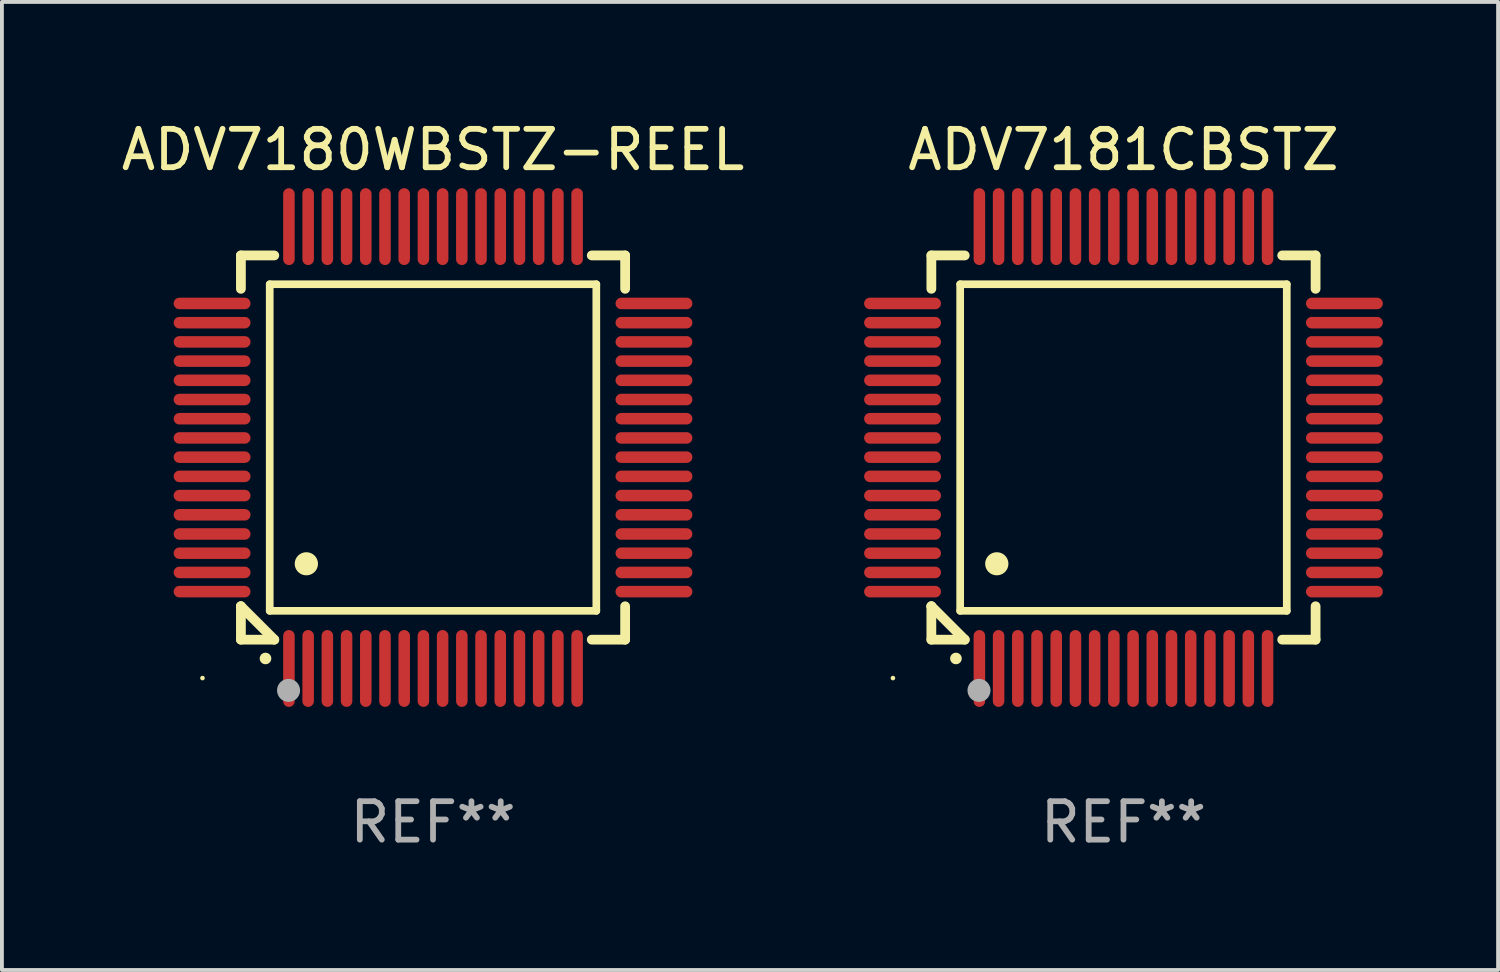
<source format=kicad_pcb>
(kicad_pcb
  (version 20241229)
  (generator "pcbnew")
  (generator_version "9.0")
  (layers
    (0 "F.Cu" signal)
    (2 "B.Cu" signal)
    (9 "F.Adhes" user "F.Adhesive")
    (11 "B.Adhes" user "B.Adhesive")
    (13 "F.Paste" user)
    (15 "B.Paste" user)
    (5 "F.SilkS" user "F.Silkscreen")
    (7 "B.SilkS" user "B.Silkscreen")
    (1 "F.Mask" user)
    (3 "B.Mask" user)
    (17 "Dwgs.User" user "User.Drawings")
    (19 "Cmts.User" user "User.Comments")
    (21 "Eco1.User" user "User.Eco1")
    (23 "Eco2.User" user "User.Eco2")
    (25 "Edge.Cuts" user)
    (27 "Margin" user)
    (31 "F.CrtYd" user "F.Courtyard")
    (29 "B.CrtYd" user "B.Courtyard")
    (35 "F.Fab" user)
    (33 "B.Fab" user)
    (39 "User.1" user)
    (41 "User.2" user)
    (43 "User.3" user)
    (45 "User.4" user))
  (footprint "ADV7180WBSTZ-REEL"
    (layer "F.Cu")
    (at 8.22 8.598)
    (property "Reference" "ADV7180WBSTZ-REEL" (at 0 -7.75 0) (layer "F.SilkS") (effects (font (size 1 1) (thickness 0.15))))
    (attr through_hole)
    (fp_line (start -5 -5) (end -4.131 -5) (stroke (width 0.254) (type solid)) (layer "F.SilkS"))
    (fp_line (start -5 -4.131) (end -5 -5) (stroke (width 0.254) (type solid)) (layer "F.SilkS"))
    (fp_line (start -5 4.131) (end -5 4.131) (stroke (width 0.254) (type solid)) (layer "F.SilkS"))
    (fp_line (start -5 5) (end -5 4.131) (stroke (width 0.254) (type solid)) (layer "F.SilkS"))
    (fp_line (start -5 4.131) (end -4.131 5) (stroke (width 0.254) (type solid)) (layer "F.SilkS"))
    (fp_line (start -4.25 -4.25) (end -4.25 4.25) (stroke (width 0.2) (type solid)) (layer "F.SilkS"))
    (fp_line (start -4.25 4.25) (end 4.25 4.25) (stroke (width 0.2) (type solid)) (layer "F.SilkS"))
    (fp_line (start -4.131 5) (end -5 5) (stroke (width 0.254) (type solid)) (layer "F.SilkS"))
    (fp_line (start 4.25 -4.25) (end -4.25 -4.25) (stroke (width 0.2) (type solid)) (layer "F.SilkS"))
    (fp_line (start 4.25 4.25) (end 4.25 -4.25) (stroke (width 0.2) (type solid)) (layer "F.SilkS"))
    (fp_line (start 5 -5) (end 4.131 -5) (stroke (width 0.254) (type solid)) (layer "F.SilkS"))
    (fp_line (start 5 -5) (end 5 -4.131) (stroke (width 0.254) (type solid)) (layer "F.SilkS"))
    (fp_line (start 5 4.131) (end 5 5) (stroke (width 0.254) (type solid)) (layer "F.SilkS"))
    (fp_line (start 5 5) (end 4.131 5) (stroke (width 0.254) (type solid)) (layer "F.SilkS"))
    (fp_arc (start -4.361265 5.489992) (mid -4.359995 5.489987) (end -4.358725 5.489992) (stroke (width 0.3) (type solid)) (layer "F.SilkS"))
    (fp_arc (start -3.299467 3.025146) (mid -3.296927 3.025135) (end -3.294387 3.025146) (stroke (width 0.6) (type solid)) (layer "F.SilkS"))
    (fp_circle (center -6 6) (end -5.97 6) (stroke (width 0.06) (type solid)) (fill no) (layer "F.SilkS"))
    (fp_circle (center -3.76 6.32) (end -3.61 6.32) (stroke (width 0.3) (type solid)) (fill no) (layer "F.Fab"))
    (fp_text user "REF**" (at 0 9.75 0) (layer "F.Fab") (effects (font (size 1 1) (thickness 0.15))))
    (pad "1" smd oval (at -3.75 5.75) (size 0.3 2) (layers "F.Cu" "F.Mask" "F.Paste"))
    (pad "2" smd oval (at -3.25 5.75) (size 0.3 2) (layers "F.Cu" "F.Mask" "F.Paste"))
    (pad "3" smd oval (at -2.75 5.75) (size 0.3 2) (layers "F.Cu" "F.Mask" "F.Paste"))
    (pad "4" smd oval (at -2.25 5.75) (size 0.3 2) (layers "F.Cu" "F.Mask" "F.Paste"))
    (pad "5" smd oval (at -1.75 5.75) (size 0.3 2) (layers "F.Cu" "F.Mask" "F.Paste"))
    (pad "6" smd oval (at -1.25 5.75) (size 0.3 2) (layers "F.Cu" "F.Mask" "F.Paste"))
    (pad "7" smd oval (at -0.75 5.75) (size 0.3 2) (layers "F.Cu" "F.Mask" "F.Paste"))
    (pad "8" smd oval (at -0.25 5.75) (size 0.3 2) (layers "F.Cu" "F.Mask" "F.Paste"))
    (pad "9" smd oval (at 0.25 5.75) (size 0.3 2) (layers "F.Cu" "F.Mask" "F.Paste"))
    (pad "10" smd oval (at 0.75 5.75) (size 0.3 2) (layers "F.Cu" "F.Mask" "F.Paste"))
    (pad "11" smd oval (at 1.25 5.75) (size 0.3 2) (layers "F.Cu" "F.Mask" "F.Paste"))
    (pad "12" smd oval (at 1.75 5.75) (size 0.3 2) (layers "F.Cu" "F.Mask" "F.Paste"))
    (pad "13" smd oval (at 2.25 5.75) (size 0.3 2) (layers "F.Cu" "F.Mask" "F.Paste"))
    (pad "14" smd oval (at 2.75 5.75) (size 0.3 2) (layers "F.Cu" "F.Mask" "F.Paste"))
    (pad "15" smd oval (at 3.25 5.75) (size 0.3 2) (layers "F.Cu" "F.Mask" "F.Paste"))
    (pad "16" smd oval (at 3.75 5.75) (size 0.3 2) (layers "F.Cu" "F.Mask" "F.Paste"))
    (pad "17" smd oval (at 5.75 3.75) (size 2 0.3) (layers "F.Cu" "F.Mask" "F.Paste"))
    (pad "18" smd oval (at 5.75 3.25) (size 2 0.3) (layers "F.Cu" "F.Mask" "F.Paste"))
    (pad "19" smd oval (at 5.75 2.75) (size 2 0.3) (layers "F.Cu" "F.Mask" "F.Paste"))
    (pad "20" smd oval (at 5.75 2.25) (size 2 0.3) (layers "F.Cu" "F.Mask" "F.Paste"))
    (pad "21" smd oval (at 5.75 1.75) (size 2 0.3) (layers "F.Cu" "F.Mask" "F.Paste"))
    (pad "22" smd oval (at 5.75 1.25) (size 2 0.3) (layers "F.Cu" "F.Mask" "F.Paste"))
    (pad "23" smd oval (at 5.75 0.75) (size 2 0.3) (layers "F.Cu" "F.Mask" "F.Paste"))
    (pad "24" smd oval (at 5.75 0.25) (size 2 0.3) (layers "F.Cu" "F.Mask" "F.Paste"))
    (pad "25" smd oval (at 5.75 -0.25) (size 2 0.3) (layers "F.Cu" "F.Mask" "F.Paste"))
    (pad "26" smd oval (at 5.75 -0.75) (size 2 0.3) (layers "F.Cu" "F.Mask" "F.Paste"))
    (pad "27" smd oval (at 5.75 -1.25) (size 2 0.3) (layers "F.Cu" "F.Mask" "F.Paste"))
    (pad "28" smd oval (at 5.75 -1.75) (size 2 0.3) (layers "F.Cu" "F.Mask" "F.Paste"))
    (pad "29" smd oval (at 5.75 -2.25) (size 2 0.3) (layers "F.Cu" "F.Mask" "F.Paste"))
    (pad "30" smd oval (at 5.75 -2.75) (size 2 0.3) (layers "F.Cu" "F.Mask" "F.Paste"))
    (pad "31" smd oval (at 5.75 -3.25) (size 2 0.3) (layers "F.Cu" "F.Mask" "F.Paste"))
    (pad "32" smd oval (at 5.75 -3.75) (size 2 0.3) (layers "F.Cu" "F.Mask" "F.Paste"))
    (pad "33" smd oval (at 3.75 -5.75) (size 0.3 2) (layers "F.Cu" "F.Mask" "F.Paste"))
    (pad "34" smd oval (at 3.25 -5.75) (size 0.3 2) (layers "F.Cu" "F.Mask" "F.Paste"))
    (pad "35" smd oval (at 2.75 -5.75) (size 0.3 2) (layers "F.Cu" "F.Mask" "F.Paste"))
    (pad "36" smd oval (at 2.25 -5.75) (size 0.3 2) (layers "F.Cu" "F.Mask" "F.Paste"))
    (pad "37" smd oval (at 1.75 -5.75) (size 0.3 2) (layers "F.Cu" "F.Mask" "F.Paste"))
    (pad "38" smd oval (at 1.25 -5.75) (size 0.3 2) (layers "F.Cu" "F.Mask" "F.Paste"))
    (pad "39" smd oval (at 0.75 -5.75) (size 0.3 2) (layers "F.Cu" "F.Mask" "F.Paste"))
    (pad "40" smd oval (at 0.25 -5.75) (size 0.3 2) (layers "F.Cu" "F.Mask" "F.Paste"))
    (pad "41" smd oval (at -0.25 -5.75) (size 0.3 2) (layers "F.Cu" "F.Mask" "F.Paste"))
    (pad "42" smd oval (at -0.75 -5.75) (size 0.3 2) (layers "F.Cu" "F.Mask" "F.Paste"))
    (pad "43" smd oval (at -1.25 -5.75) (size 0.3 2) (layers "F.Cu" "F.Mask" "F.Paste"))
    (pad "44" smd oval (at -1.75 -5.75) (size 0.3 2) (layers "F.Cu" "F.Mask" "F.Paste"))
    (pad "45" smd oval (at -2.25 -5.75) (size 0.3 2) (layers "F.Cu" "F.Mask" "F.Paste"))
    (pad "46" smd oval (at -2.75 -5.75) (size 0.3 2) (layers "F.Cu" "F.Mask" "F.Paste"))
    (pad "47" smd oval (at -3.25 -5.75) (size 0.3 2) (layers "F.Cu" "F.Mask" "F.Paste"))
    (pad "48" smd oval (at -3.75 -5.75) (size 0.3 2) (layers "F.Cu" "F.Mask" "F.Paste"))
    (pad "49" smd oval (at -5.75 -3.75) (size 2 0.3) (layers "F.Cu" "F.Mask" "F.Paste"))
    (pad "50" smd oval (at -5.75 -3.25) (size 2 0.3) (layers "F.Cu" "F.Mask" "F.Paste"))
    (pad "51" smd oval (at -5.75 -2.75) (size 2 0.3) (layers "F.Cu" "F.Mask" "F.Paste"))
    (pad "52" smd oval (at -5.75 -2.25) (size 2 0.3) (layers "F.Cu" "F.Mask" "F.Paste"))
    (pad "53" smd oval (at -5.75 -1.75) (size 2 0.3) (layers "F.Cu" "F.Mask" "F.Paste"))
    (pad "54" smd oval (at -5.75 -1.25) (size 2 0.3) (layers "F.Cu" "F.Mask" "F.Paste"))
    (pad "55" smd oval (at -5.75 -0.75) (size 2 0.3) (layers "F.Cu" "F.Mask" "F.Paste"))
    (pad "56" smd oval (at -5.75 -0.25) (size 2 0.3) (layers "F.Cu" "F.Mask" "F.Paste"))
    (pad "57" smd oval (at -5.75 0.25) (size 2 0.3) (layers "F.Cu" "F.Mask" "F.Paste"))
    (pad "58" smd oval (at -5.75 0.75) (size 2 0.3) (layers "F.Cu" "F.Mask" "F.Paste"))
    (pad "59" smd oval (at -5.75 1.25) (size 2 0.3) (layers "F.Cu" "F.Mask" "F.Paste"))
    (pad "60" smd oval (at -5.75 1.75) (size 2 0.3) (layers "F.Cu" "F.Mask" "F.Paste"))
    (pad "61" smd oval (at -5.75 2.25) (size 2 0.3) (layers "F.Cu" "F.Mask" "F.Paste"))
    (pad "62" smd oval (at -5.75 2.75) (size 2 0.3) (layers "F.Cu" "F.Mask" "F.Paste"))
    (pad "63" smd oval (at -5.75 3.25) (size 2 0.3) (layers "F.Cu" "F.Mask" "F.Paste"))
    (pad "64" smd oval (at -5.75 3.75) (size 2 0.3) (layers "F.Cu" "F.Mask" "F.Paste")))
  (footprint "ADV7181CBSTZ"
    (layer "F.Cu")
    (at 26.19 8.598)
    (property "Reference" "ADV7181CBSTZ" (at 0 -7.75 0) (layer "F.SilkS") (effects (font (size 1 1) (thickness 0.15))))
    (attr through_hole)
    (fp_line (start -5 -5) (end -4.131 -5) (stroke (width 0.254) (type solid)) (layer "F.SilkS"))
    (fp_line (start -5 -4.131) (end -5 -5) (stroke (width 0.254) (type solid)) (layer "F.SilkS"))
    (fp_line (start -5 4.131) (end -5 4.131) (stroke (width 0.254) (type solid)) (layer "F.SilkS"))
    (fp_line (start -5 5) (end -5 4.131) (stroke (width 0.254) (type solid)) (layer "F.SilkS"))
    (fp_line (start -5 4.131) (end -4.131 5) (stroke (width 0.254) (type solid)) (layer "F.SilkS"))
    (fp_line (start -4.25 -4.25) (end -4.25 4.25) (stroke (width 0.2) (type solid)) (layer "F.SilkS"))
    (fp_line (start -4.25 4.25) (end 4.25 4.25) (stroke (width 0.2) (type solid)) (layer "F.SilkS"))
    (fp_line (start -4.131 5) (end -5 5) (stroke (width 0.254) (type solid)) (layer "F.SilkS"))
    (fp_line (start 4.25 -4.25) (end -4.25 -4.25) (stroke (width 0.2) (type solid)) (layer "F.SilkS"))
    (fp_line (start 4.25 4.25) (end 4.25 -4.25) (stroke (width 0.2) (type solid)) (layer "F.SilkS"))
    (fp_line (start 5 -5) (end 4.131 -5) (stroke (width 0.254) (type solid)) (layer "F.SilkS"))
    (fp_line (start 5 -5) (end 5 -4.131) (stroke (width 0.254) (type solid)) (layer "F.SilkS"))
    (fp_line (start 5 4.131) (end 5 5) (stroke (width 0.254) (type solid)) (layer "F.SilkS"))
    (fp_line (start 5 5) (end 4.131 5) (stroke (width 0.254) (type solid)) (layer "F.SilkS"))
    (fp_arc (start -4.361265 5.489992) (mid -4.359995 5.489987) (end -4.358725 5.489992) (stroke (width 0.3) (type solid)) (layer "F.SilkS"))
    (fp_arc (start -3.299467 3.025146) (mid -3.296927 3.025135) (end -3.294387 3.025146) (stroke (width 0.6) (type solid)) (layer "F.SilkS"))
    (fp_circle (center -6 6) (end -5.97 6) (stroke (width 0.06) (type solid)) (fill no) (layer "F.SilkS"))
    (fp_circle (center -3.76 6.32) (end -3.61 6.32) (stroke (width 0.3) (type solid)) (fill no) (layer "F.Fab"))
    (fp_text user "REF**" (at 0 9.75 0) (layer "F.Fab") (effects (font (size 1 1) (thickness 0.15))))
    (pad "1" smd oval (at -3.75 5.75) (size 0.3 2) (layers "F.Cu" "F.Mask" "F.Paste"))
    (pad "2" smd oval (at -3.25 5.75) (size 0.3 2) (layers "F.Cu" "F.Mask" "F.Paste"))
    (pad "3" smd oval (at -2.75 5.75) (size 0.3 2) (layers "F.Cu" "F.Mask" "F.Paste"))
    (pad "4" smd oval (at -2.25 5.75) (size 0.3 2) (layers "F.Cu" "F.Mask" "F.Paste"))
    (pad "5" smd oval (at -1.75 5.75) (size 0.3 2) (layers "F.Cu" "F.Mask" "F.Paste"))
    (pad "6" smd oval (at -1.25 5.75) (size 0.3 2) (layers "F.Cu" "F.Mask" "F.Paste"))
    (pad "7" smd oval (at -0.75 5.75) (size 0.3 2) (layers "F.Cu" "F.Mask" "F.Paste"))
    (pad "8" smd oval (at -0.25 5.75) (size 0.3 2) (layers "F.Cu" "F.Mask" "F.Paste"))
    (pad "9" smd oval (at 0.25 5.75) (size 0.3 2) (layers "F.Cu" "F.Mask" "F.Paste"))
    (pad "10" smd oval (at 0.75 5.75) (size 0.3 2) (layers "F.Cu" "F.Mask" "F.Paste"))
    (pad "11" smd oval (at 1.25 5.75) (size 0.3 2) (layers "F.Cu" "F.Mask" "F.Paste"))
    (pad "12" smd oval (at 1.75 5.75) (size 0.3 2) (layers "F.Cu" "F.Mask" "F.Paste"))
    (pad "13" smd oval (at 2.25 5.75) (size 0.3 2) (layers "F.Cu" "F.Mask" "F.Paste"))
    (pad "14" smd oval (at 2.75 5.75) (size 0.3 2) (layers "F.Cu" "F.Mask" "F.Paste"))
    (pad "15" smd oval (at 3.25 5.75) (size 0.3 2) (layers "F.Cu" "F.Mask" "F.Paste"))
    (pad "16" smd oval (at 3.75 5.75) (size 0.3 2) (layers "F.Cu" "F.Mask" "F.Paste"))
    (pad "17" smd oval (at 5.75 3.75) (size 2 0.3) (layers "F.Cu" "F.Mask" "F.Paste"))
    (pad "18" smd oval (at 5.75 3.25) (size 2 0.3) (layers "F.Cu" "F.Mask" "F.Paste"))
    (pad "19" smd oval (at 5.75 2.75) (size 2 0.3) (layers "F.Cu" "F.Mask" "F.Paste"))
    (pad "20" smd oval (at 5.75 2.25) (size 2 0.3) (layers "F.Cu" "F.Mask" "F.Paste"))
    (pad "21" smd oval (at 5.75 1.75) (size 2 0.3) (layers "F.Cu" "F.Mask" "F.Paste"))
    (pad "22" smd oval (at 5.75 1.25) (size 2 0.3) (layers "F.Cu" "F.Mask" "F.Paste"))
    (pad "23" smd oval (at 5.75 0.75) (size 2 0.3) (layers "F.Cu" "F.Mask" "F.Paste"))
    (pad "24" smd oval (at 5.75 0.25) (size 2 0.3) (layers "F.Cu" "F.Mask" "F.Paste"))
    (pad "25" smd oval (at 5.75 -0.25) (size 2 0.3) (layers "F.Cu" "F.Mask" "F.Paste"))
    (pad "26" smd oval (at 5.75 -0.75) (size 2 0.3) (layers "F.Cu" "F.Mask" "F.Paste"))
    (pad "27" smd oval (at 5.75 -1.25) (size 2 0.3) (layers "F.Cu" "F.Mask" "F.Paste"))
    (pad "28" smd oval (at 5.75 -1.75) (size 2 0.3) (layers "F.Cu" "F.Mask" "F.Paste"))
    (pad "29" smd oval (at 5.75 -2.25) (size 2 0.3) (layers "F.Cu" "F.Mask" "F.Paste"))
    (pad "30" smd oval (at 5.75 -2.75) (size 2 0.3) (layers "F.Cu" "F.Mask" "F.Paste"))
    (pad "31" smd oval (at 5.75 -3.25) (size 2 0.3) (layers "F.Cu" "F.Mask" "F.Paste"))
    (pad "32" smd oval (at 5.75 -3.75) (size 2 0.3) (layers "F.Cu" "F.Mask" "F.Paste"))
    (pad "33" smd oval (at 3.75 -5.75) (size 0.3 2) (layers "F.Cu" "F.Mask" "F.Paste"))
    (pad "34" smd oval (at 3.25 -5.75) (size 0.3 2) (layers "F.Cu" "F.Mask" "F.Paste"))
    (pad "35" smd oval (at 2.75 -5.75) (size 0.3 2) (layers "F.Cu" "F.Mask" "F.Paste"))
    (pad "36" smd oval (at 2.25 -5.75) (size 0.3 2) (layers "F.Cu" "F.Mask" "F.Paste"))
    (pad "37" smd oval (at 1.75 -5.75) (size 0.3 2) (layers "F.Cu" "F.Mask" "F.Paste"))
    (pad "38" smd oval (at 1.25 -5.75) (size 0.3 2) (layers "F.Cu" "F.Mask" "F.Paste"))
    (pad "39" smd oval (at 0.75 -5.75) (size 0.3 2) (layers "F.Cu" "F.Mask" "F.Paste"))
    (pad "40" smd oval (at 0.25 -5.75) (size 0.3 2) (layers "F.Cu" "F.Mask" "F.Paste"))
    (pad "41" smd oval (at -0.25 -5.75) (size 0.3 2) (layers "F.Cu" "F.Mask" "F.Paste"))
    (pad "42" smd oval (at -0.75 -5.75) (size 0.3 2) (layers "F.Cu" "F.Mask" "F.Paste"))
    (pad "43" smd oval (at -1.25 -5.75) (size 0.3 2) (layers "F.Cu" "F.Mask" "F.Paste"))
    (pad "44" smd oval (at -1.75 -5.75) (size 0.3 2) (layers "F.Cu" "F.Mask" "F.Paste"))
    (pad "45" smd oval (at -2.25 -5.75) (size 0.3 2) (layers "F.Cu" "F.Mask" "F.Paste"))
    (pad "46" smd oval (at -2.75 -5.75) (size 0.3 2) (layers "F.Cu" "F.Mask" "F.Paste"))
    (pad "47" smd oval (at -3.25 -5.75) (size 0.3 2) (layers "F.Cu" "F.Mask" "F.Paste"))
    (pad "48" smd oval (at -3.75 -5.75) (size 0.3 2) (layers "F.Cu" "F.Mask" "F.Paste"))
    (pad "49" smd oval (at -5.75 -3.75) (size 2 0.3) (layers "F.Cu" "F.Mask" "F.Paste"))
    (pad "50" smd oval (at -5.75 -3.25) (size 2 0.3) (layers "F.Cu" "F.Mask" "F.Paste"))
    (pad "51" smd oval (at -5.75 -2.75) (size 2 0.3) (layers "F.Cu" "F.Mask" "F.Paste"))
    (pad "52" smd oval (at -5.75 -2.25) (size 2 0.3) (layers "F.Cu" "F.Mask" "F.Paste"))
    (pad "53" smd oval (at -5.75 -1.75) (size 2 0.3) (layers "F.Cu" "F.Mask" "F.Paste"))
    (pad "54" smd oval (at -5.75 -1.25) (size 2 0.3) (layers "F.Cu" "F.Mask" "F.Paste"))
    (pad "55" smd oval (at -5.75 -0.75) (size 2 0.3) (layers "F.Cu" "F.Mask" "F.Paste"))
    (pad "56" smd oval (at -5.75 -0.25) (size 2 0.3) (layers "F.Cu" "F.Mask" "F.Paste"))
    (pad "57" smd oval (at -5.75 0.25) (size 2 0.3) (layers "F.Cu" "F.Mask" "F.Paste"))
    (pad "58" smd oval (at -5.75 0.75) (size 2 0.3) (layers "F.Cu" "F.Mask" "F.Paste"))
    (pad "59" smd oval (at -5.75 1.25) (size 2 0.3) (layers "F.Cu" "F.Mask" "F.Paste"))
    (pad "60" smd oval (at -5.75 1.75) (size 2 0.3) (layers "F.Cu" "F.Mask" "F.Paste"))
    (pad "61" smd oval (at -5.75 2.25) (size 2 0.3) (layers "F.Cu" "F.Mask" "F.Paste"))
    (pad "62" smd oval (at -5.75 2.75) (size 2 0.3) (layers "F.Cu" "F.Mask" "F.Paste"))
    (pad "63" smd oval (at -5.75 3.25) (size 2 0.3) (layers "F.Cu" "F.Mask" "F.Paste"))
    (pad "64" smd oval (at -5.75 3.75) (size 2 0.3) (layers "F.Cu" "F.Mask" "F.Paste")))
  (gr_rect
    (start -3 -3)
    (end 35.94 22.196)
    (stroke (width 0.1) (type default))
    (fill no)
    (layer "Edge.Cuts")))
</source>
